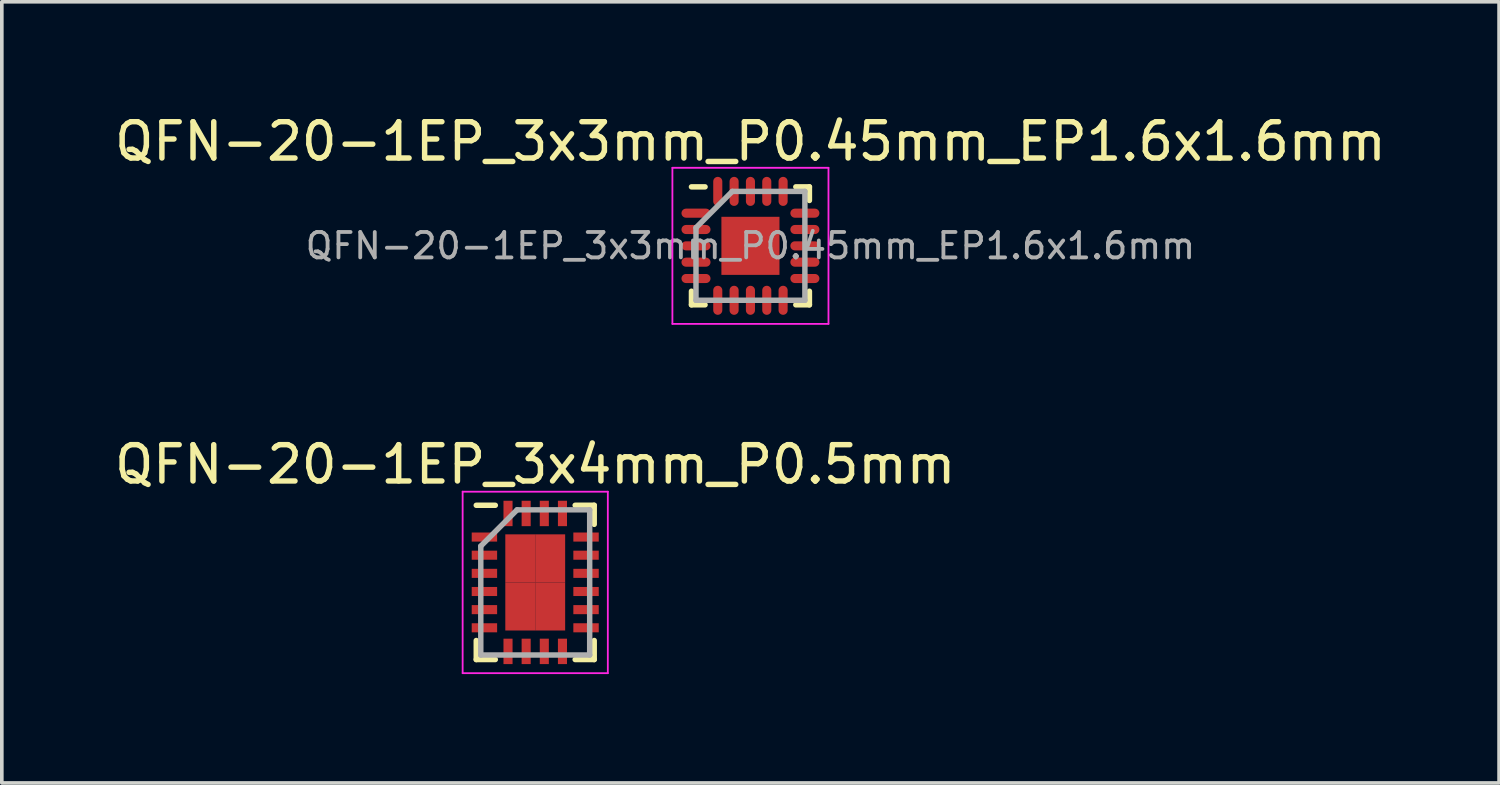
<source format=kicad_pcb>
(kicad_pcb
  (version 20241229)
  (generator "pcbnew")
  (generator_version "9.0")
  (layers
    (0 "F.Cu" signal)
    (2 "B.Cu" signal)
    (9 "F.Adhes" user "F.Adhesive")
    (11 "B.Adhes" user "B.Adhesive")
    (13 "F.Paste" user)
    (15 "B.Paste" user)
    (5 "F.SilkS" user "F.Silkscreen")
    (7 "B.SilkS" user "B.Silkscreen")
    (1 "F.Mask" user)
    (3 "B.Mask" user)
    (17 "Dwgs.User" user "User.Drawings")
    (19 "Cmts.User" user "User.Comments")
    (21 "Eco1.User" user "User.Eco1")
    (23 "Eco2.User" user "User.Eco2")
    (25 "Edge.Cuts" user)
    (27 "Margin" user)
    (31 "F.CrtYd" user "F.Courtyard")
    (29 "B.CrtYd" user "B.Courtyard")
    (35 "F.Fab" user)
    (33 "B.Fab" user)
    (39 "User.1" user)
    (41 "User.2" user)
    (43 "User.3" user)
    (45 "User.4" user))
  (footprint "QFN-20-1EP_3x3mm_P0.45mm_EP1.6x1.6mm"
    (layer "F.Cu")
    (at 17.625 3.723)
    (property "Reference" "QFN-20-1EP_3x3mm_P0.45mm_EP1.6x1.6mm" (at 0 -2.875 0) (layer "F.SilkS") (effects (font (size 1 1) (thickness 0.15))))
    (attr smd)
    (fp_line (start -1.625 -1.625) (end -1.25 -1.625) (stroke (width 0.15) (type solid)) (layer "F.SilkS"))
    (fp_line (start -1.625 1.625) (end -1.625 1.25) (stroke (width 0.15) (type solid)) (layer "F.SilkS"))
    (fp_line (start -1.625 1.625) (end -1.25 1.625) (stroke (width 0.15) (type solid)) (layer "F.SilkS"))
    (fp_line (start 1.625 -1.625) (end 1.25 -1.625) (stroke (width 0.15) (type solid)) (layer "F.SilkS"))
    (fp_line (start 1.625 -1.625) (end 1.625 -1.25) (stroke (width 0.15) (type solid)) (layer "F.SilkS"))
    (fp_line (start 1.625 1.625) (end 1.25 1.625) (stroke (width 0.15) (type solid)) (layer "F.SilkS"))
    (fp_line (start 1.625 1.625) (end 1.625 1.25) (stroke (width 0.15) (type solid)) (layer "F.SilkS"))
    (fp_line (start -2.15 -2.15) (end -2.15 2.15) (stroke (width 0.05) (type solid)) (layer "F.CrtYd"))
    (fp_line (start -2.15 -2.15) (end 2.15 -2.15) (stroke (width 0.05) (type solid)) (layer "F.CrtYd"))
    (fp_line (start -2.15 2.15) (end 2.15 2.15) (stroke (width 0.05) (type solid)) (layer "F.CrtYd"))
    (fp_line (start 2.15 -2.15) (end 2.15 2.15) (stroke (width 0.05) (type solid)) (layer "F.CrtYd"))
    (fp_line (start -1.5 -0.5) (end -0.5 -1.5) (stroke (width 0.15) (type solid)) (layer "F.Fab"))
    (fp_line (start -1.5 1.5) (end -1.5 -0.5) (stroke (width 0.15) (type solid)) (layer "F.Fab"))
    (fp_line (start -0.5 -1.5) (end 1.5 -1.5) (stroke (width 0.15) (type solid)) (layer "F.Fab"))
    (fp_line (start 1.5 -1.5) (end 1.5 1.5) (stroke (width 0.15) (type solid)) (layer "F.Fab"))
    (fp_line (start 1.5 1.5) (end -1.5 1.5) (stroke (width 0.15) (type solid)) (layer "F.Fab"))
    (fp_text user "${REFERENCE}" (at 0 0 0) (layer "F.Fab") (effects (font (size 0.7 0.7) (thickness 0.105))))
    (pad "" smd rect (at -0.4 -0.4) (size 0.7 0.7) (layers "F.Paste"))
    (pad "" smd rect (at -0.4 0.4) (size 0.7 0.7) (layers "F.Paste"))
    (pad "" smd rect (at 0.4 -0.4) (size 0.7 0.7) (layers "F.Paste"))
    (pad "" smd rect (at 0.4 0.4) (size 0.7 0.7) (layers "F.Paste"))
    (pad "1" smd oval (at -1.5 -0.9) (size 0.8 0.25) (layers "F.Cu" "F.Mask" "F.Paste"))
    (pad "2" smd oval (at -1.5 -0.45) (size 0.8 0.25) (layers "F.Cu" "F.Mask" "F.Paste"))
    (pad "3" smd oval (at -1.5 0) (size 0.8 0.25) (layers "F.Cu" "F.Mask" "F.Paste"))
    (pad "4" smd oval (at -1.5 0.45) (size 0.8 0.25) (layers "F.Cu" "F.Mask" "F.Paste"))
    (pad "5" smd oval (at -1.5 0.9) (size 0.8 0.25) (layers "F.Cu" "F.Mask" "F.Paste"))
    (pad "6" smd oval (at -0.9 1.5 90) (size 0.8 0.25) (layers "F.Cu" "F.Mask" "F.Paste"))
    (pad "7" smd oval (at -0.45 1.5 90) (size 0.8 0.25) (layers "F.Cu" "F.Mask" "F.Paste"))
    (pad "8" smd oval (at 0 1.5 90) (size 0.8 0.25) (layers "F.Cu" "F.Mask" "F.Paste"))
    (pad "9" smd oval (at 0.45 1.5 90) (size 0.8 0.25) (layers "F.Cu" "F.Mask" "F.Paste"))
    (pad "10" smd oval (at 0.9 1.5 90) (size 0.8 0.25) (layers "F.Cu" "F.Mask" "F.Paste"))
    (pad "11" smd oval (at 1.5 0.9) (size 0.8 0.25) (layers "F.Cu" "F.Mask" "F.Paste"))
    (pad "12" smd oval (at 1.5 0.45) (size 0.8 0.25) (layers "F.Cu" "F.Mask" "F.Paste"))
    (pad "13" smd oval (at 1.5 0) (size 0.8 0.25) (layers "F.Cu" "F.Mask" "F.Paste"))
    (pad "14" smd oval (at 1.5 -0.45) (size 0.8 0.25) (layers "F.Cu" "F.Mask" "F.Paste"))
    (pad "15" smd oval (at 1.5 -0.9) (size 0.8 0.25) (layers "F.Cu" "F.Mask" "F.Paste"))
    (pad "16" smd oval (at 0.9 -1.5 90) (size 0.8 0.25) (layers "F.Cu" "F.Mask" "F.Paste"))
    (pad "17" smd oval (at 0.45 -1.5 90) (size 0.8 0.25) (layers "F.Cu" "F.Mask" "F.Paste"))
    (pad "18" smd oval (at 0 -1.5 90) (size 0.8 0.25) (layers "F.Cu" "F.Mask" "F.Paste"))
    (pad "19" smd oval (at -0.45 -1.5 90) (size 0.8 0.25) (layers "F.Cu" "F.Mask" "F.Paste"))
    (pad "20" smd oval (at -0.9 -1.5 90) (size 0.8 0.25) (layers "F.Cu" "F.Mask" "F.Paste"))
    (pad "21" smd rect (at 0 0) (size 1.6 1.6) (layers "F.Cu" "F.Mask")))
  (footprint "QFN-20-1EP_3x4mm_P0.5mm"
    (layer "F.Cu")
    (at 11.696 12.996)
    (property "Reference" "QFN-20-1EP_3x4mm_P0.5mm" (at 0 -3.25 0) (layer "F.SilkS") (effects (font (size 1 1) (thickness 0.15))))
    (attr smd)
    (fp_line (start -1.625 -2.125) (end -1.1 -2.125) (stroke (width 0.15) (type solid)) (layer "F.SilkS"))
    (fp_line (start -1.625 2.125) (end -1.625 1.6) (stroke (width 0.15) (type solid)) (layer "F.SilkS"))
    (fp_line (start -1.625 2.125) (end -1.1 2.125) (stroke (width 0.15) (type solid)) (layer "F.SilkS"))
    (fp_line (start 1.625 -2.125) (end 1.1 -2.125) (stroke (width 0.15) (type solid)) (layer "F.SilkS"))
    (fp_line (start 1.625 -2.125) (end 1.625 -1.6) (stroke (width 0.15) (type solid)) (layer "F.SilkS"))
    (fp_line (start 1.625 2.125) (end 1.1 2.125) (stroke (width 0.15) (type solid)) (layer "F.SilkS"))
    (fp_line (start 1.625 2.125) (end 1.625 1.6) (stroke (width 0.15) (type solid)) (layer "F.SilkS"))
    (fp_line (start -2 -2.5) (end -2 2.5) (stroke (width 0.05) (type solid)) (layer "F.CrtYd"))
    (fp_line (start -2 -2.5) (end 2 -2.5) (stroke (width 0.05) (type solid)) (layer "F.CrtYd"))
    (fp_line (start -2 2.5) (end 2 2.5) (stroke (width 0.05) (type solid)) (layer "F.CrtYd"))
    (fp_line (start 2 -2.5) (end 2 2.5) (stroke (width 0.05) (type solid)) (layer "F.CrtYd"))
    (fp_line (start -1.5 -1) (end -0.5 -2) (stroke (width 0.15) (type solid)) (layer "F.Fab"))
    (fp_line (start -1.5 2) (end -1.5 -1) (stroke (width 0.15) (type solid)) (layer "F.Fab"))
    (fp_line (start -0.5 -2) (end 1.5 -2) (stroke (width 0.15) (type solid)) (layer "F.Fab"))
    (fp_line (start 1.5 -2) (end 1.5 2) (stroke (width 0.15) (type solid)) (layer "F.Fab"))
    (fp_line (start 1.5 2) (end -1.5 2) (stroke (width 0.15) (type solid)) (layer "F.Fab"))
    (pad "1" smd rect (at -1.4 -1.25) (size 0.7 0.25) (layers "F.Cu" "F.Mask" "F.Paste"))
    (pad "2" smd rect (at -1.4 -0.75) (size 0.7 0.25) (layers "F.Cu" "F.Mask" "F.Paste"))
    (pad "3" smd rect (at -1.4 -0.25) (size 0.7 0.25) (layers "F.Cu" "F.Mask" "F.Paste"))
    (pad "4" smd rect (at -1.4 0.25) (size 0.7 0.25) (layers "F.Cu" "F.Mask" "F.Paste"))
    (pad "5" smd rect (at -1.4 0.75) (size 0.7 0.25) (layers "F.Cu" "F.Mask" "F.Paste"))
    (pad "6" smd rect (at -1.4 1.25) (size 0.7 0.25) (layers "F.Cu" "F.Mask" "F.Paste"))
    (pad "7" smd rect (at -0.75 1.9 90) (size 0.7 0.25) (layers "F.Cu" "F.Mask" "F.Paste"))
    (pad "8" smd rect (at -0.25 1.9 90) (size 0.7 0.25) (layers "F.Cu" "F.Mask" "F.Paste"))
    (pad "9" smd rect (at 0.25 1.9 90) (size 0.7 0.25) (layers "F.Cu" "F.Mask" "F.Paste"))
    (pad "10" smd rect (at 0.75 1.9 90) (size 0.7 0.25) (layers "F.Cu" "F.Mask" "F.Paste"))
    (pad "11" smd rect (at 1.4 1.25) (size 0.7 0.25) (layers "F.Cu" "F.Mask" "F.Paste"))
    (pad "12" smd rect (at 1.4 0.75) (size 0.7 0.25) (layers "F.Cu" "F.Mask" "F.Paste"))
    (pad "13" smd rect (at 1.4 0.25) (size 0.7 0.25) (layers "F.Cu" "F.Mask" "F.Paste"))
    (pad "14" smd rect (at 1.4 -0.25) (size 0.7 0.25) (layers "F.Cu" "F.Mask" "F.Paste"))
    (pad "15" smd rect (at 1.4 -0.75) (size 0.7 0.25) (layers "F.Cu" "F.Mask" "F.Paste"))
    (pad "16" smd rect (at 1.4 -1.25) (size 0.7 0.25) (layers "F.Cu" "F.Mask" "F.Paste"))
    (pad "17" smd rect (at 0.75 -1.9 90) (size 0.7 0.25) (layers "F.Cu" "F.Mask" "F.Paste"))
    (pad "18" smd rect (at 0.25 -1.9 90) (size 0.7 0.25) (layers "F.Cu" "F.Mask" "F.Paste"))
    (pad "19" smd rect (at -0.25 -1.9 90) (size 0.7 0.25) (layers "F.Cu" "F.Mask" "F.Paste"))
    (pad "20" smd rect (at -0.75 -1.9 90) (size 0.7 0.25) (layers "F.Cu" "F.Mask" "F.Paste"))
    (pad "21" smd rect (at -0.412 -0.662) (size 0.825 1.325) (layers "F.Cu" "F.Mask" "F.Paste"))
    (pad "21" smd rect (at -0.412 0.662) (size 0.825 1.325) (layers "F.Cu" "F.Mask" "F.Paste"))
    (pad "21" smd rect (at 0.412 -0.662) (size 0.825 1.325) (layers "F.Cu" "F.Mask" "F.Paste"))
    (pad "21" smd rect (at 0.412 0.662) (size 0.825 1.325) (layers "F.Cu" "F.Mask" "F.Paste")))
  (gr_rect
    (start -3 -3)
    (end 38.25 18.521)
    (stroke (width 0.1) (type default))
    (fill no)
    (layer "Edge.Cuts")))
</source>
